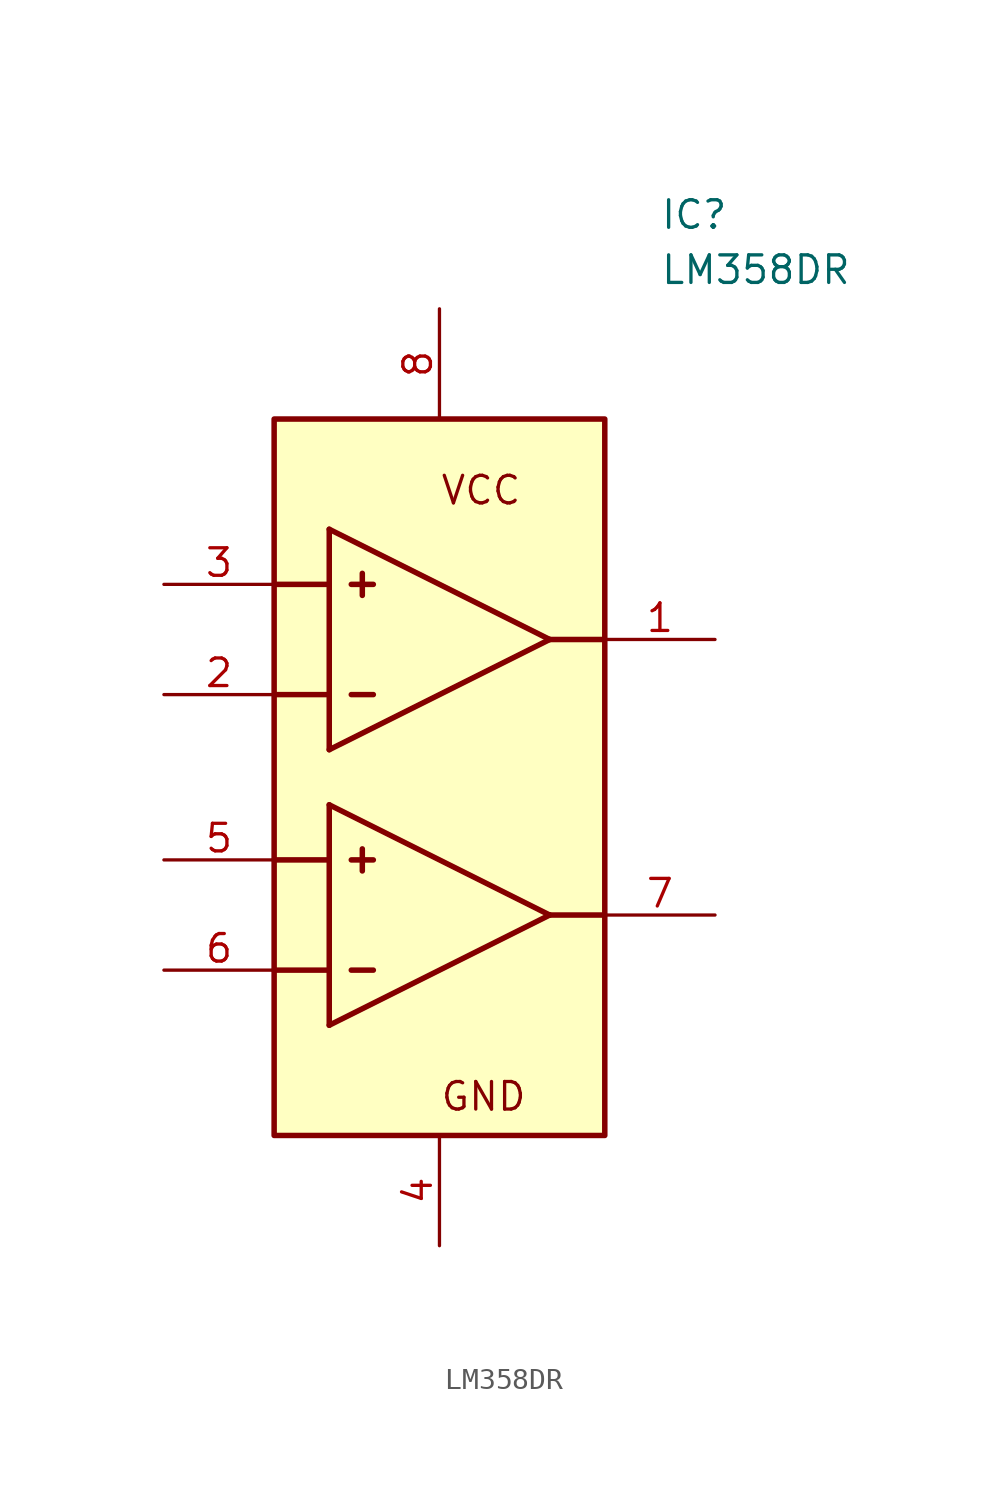
<source format=kicad_sym>
(kicad_symbol_lib
  (version 20211014)
  (generator SamacSys_ECAD_Model)
  (symbol "LM358DR"
    (pin_names hide)
    (property "Reference" "IC"
      (at 22.86 17.78 0)
      (effects (font (size 1.27 1.27)) (justify left top)))
    (property "Value" "LM358DR"
      (at 22.86 15.24 0)
      (effects (font (size 1.27 1.27)) (justify left top)))
    (rectangle
      (start 5.08 7.62)
      (end 20.32 -25.4)
      (stroke (width 0.254) (type default))
      (fill (type background)))
    (polyline
      (pts (xy 7.62 -7.62) (xy 7.62 2.54))
      (stroke (width 0.254) (type default))
      (fill (type none)))
    (polyline
      (pts (xy 17.78 -2.54) (xy 7.62 2.54))
      (stroke (width 0.254) (type default))
      (fill (type none)))
    (polyline
      (pts (xy 17.78 -2.54) (xy 7.62 -7.62))
      (stroke (width 0.254) (type default))
      (fill (type none)))
    (polyline
      (pts (xy 8.636 0) (xy 9.652 0))
      (stroke (width 0.254) (type default))
      (fill (type none)))
    (polyline
      (pts (xy 9.144 -0.508) (xy 9.144 0.508))
      (stroke (width 0.254) (type default))
      (fill (type none)))
    (polyline
      (pts (xy 8.636 -5.08) (xy 9.652 -5.08))
      (stroke (width 0.254) (type default))
      (fill (type none)))
    (polyline
      (pts (xy 9.144 -12.192) (xy 9.144 -13.208))
      (stroke (width 0.254) (type default))
      (fill (type none)))
    (polyline
      (pts (xy 8.636 -12.7) (xy 9.652 -12.7))
      (stroke (width 0.254) (type default))
      (fill (type none)))
    (polyline
      (pts (xy 8.636 -17.78) (xy 9.652 -17.78))
      (stroke (width 0.254) (type default))
      (fill (type none)))
    (polyline
      (pts (xy 7.62 -10.16) (xy 7.62 -20.32))
      (stroke (width 0.254) (type default))
      (fill (type none)))
    (polyline
      (pts (xy 17.78 -15.24) (xy 7.62 -20.32))
      (stroke (width 0.254) (type default))
      (fill (type none)))
    (polyline
      (pts (xy 17.78 -15.24) (xy 7.62 -10.16))
      (stroke (width 0.254) (type default))
      (fill (type none)))
    (polyline
      (pts (xy 5.08 0) (xy 7.62 0))
      (stroke (width 0.254) (type default))
      (fill (type none)))
    (polyline
      (pts (xy 5.08 -5.08) (xy 7.62 -5.08))
      (stroke (width 0.254) (type default))
      (fill (type none)))
    (polyline
      (pts (xy 5.08 -12.7) (xy 7.62 -12.7))
      (stroke (width 0.254) (type default))
      (fill (type none)))
    (polyline
      (pts (xy 5.08 -17.78) (xy 7.62 -17.78))
      (stroke (width 0.254) (type default))
      (fill (type none)))
    (polyline
      (pts (xy 17.78 -15.24) (xy 20.32 -15.24))
      (stroke (width 0.254) (type default))
      (fill (type none)))
    (polyline
      (pts (xy 17.78 -2.54) (xy 20.32 -2.54))
      (stroke (width 0.254) (type default))
      (fill (type none)))
    (text "VCC"
      (at 12.7 5.08 0)
      (effects (font (size 1.27 1.27)) (justify left top)))
    (text "GND"
      (at 12.7 -22.86 0)
      (effects (font (size 1.27 1.27)) (justify left top)))
    (pin passive line
      (at 25.4 -2.54 180)
      (length 5.08)
      (name "OUT1" (effects (font (size 1.27 1.27))))
      (number "1" (effects (font (size 1.27 1.27)))))
    (pin passive line
      (at 0 -5.08 0)
      (length 5.08)
      (name "IN1-" (effects (font (size 1.27 1.27))))
      (number "2" (effects (font (size 1.27 1.27)))))
    (pin passive line
      (at 0 0 0)
      (length 5.08)
      (name "IN1+" (effects (font (size 1.27 1.27))))
      (number "3" (effects (font (size 1.27 1.27)))))
    (pin passive line
      (at 12.7 -30.48 90)
      (length 5.08)
      (name "V-" (effects (font (size 1.27 1.27))))
      (number "4" (effects (font (size 1.27 1.27)))))
    (pin passive line
      (at 0 -12.7 0)
      (length 5.08)
      (name "IN2+" (effects (font (size 1.27 1.27))))
      (number "5" (effects (font (size 1.27 1.27)))))
    (pin passive line
      (at 0 -17.78 0)
      (length 5.08)
      (name "IN2-" (effects (font (size 1.27 1.27))))
      (number "6" (effects (font (size 1.27 1.27)))))
    (pin passive line
      (at 25.4 -15.24 180)
      (length 5.08)
      (name "OUT2" (effects (font (size 1.27 1.27))))
      (number "7" (effects (font (size 1.27 1.27)))))
    (pin passive line
      (at 12.7 12.7 270)
      (length 5.08)
      (name "V+" (effects (font (size 1.27 1.27))))
      (number "8" (effects (font (size 1.27 1.27)))))))
</source>
